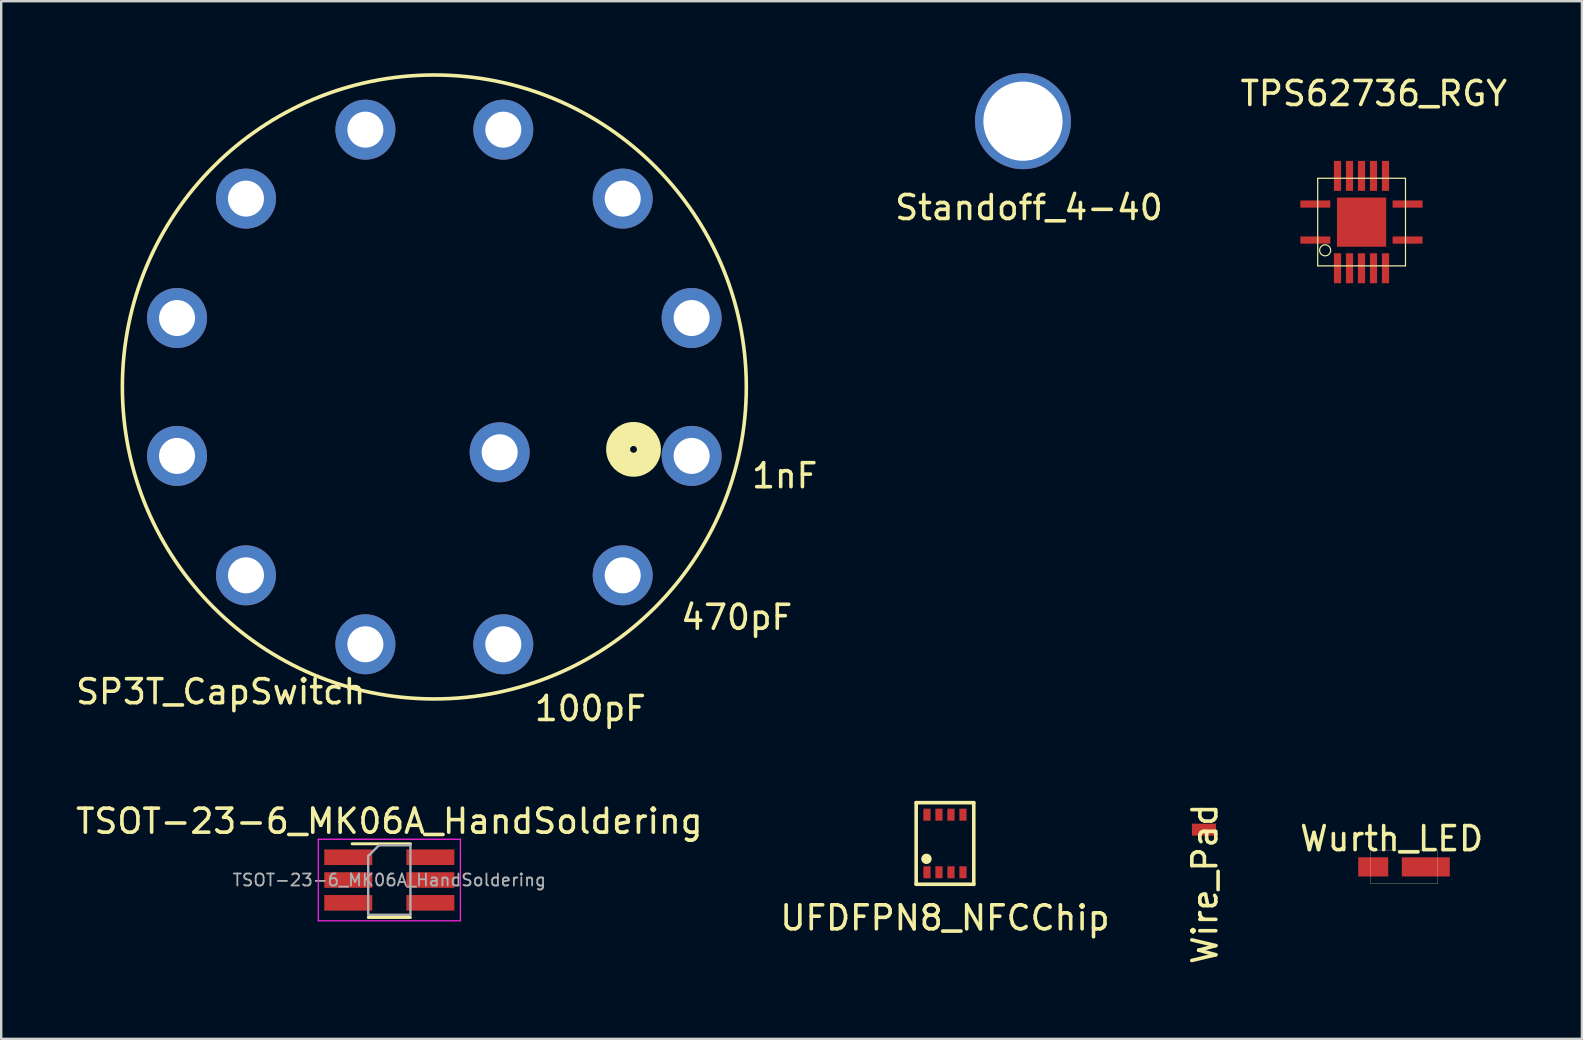
<source format=kicad_pcb>
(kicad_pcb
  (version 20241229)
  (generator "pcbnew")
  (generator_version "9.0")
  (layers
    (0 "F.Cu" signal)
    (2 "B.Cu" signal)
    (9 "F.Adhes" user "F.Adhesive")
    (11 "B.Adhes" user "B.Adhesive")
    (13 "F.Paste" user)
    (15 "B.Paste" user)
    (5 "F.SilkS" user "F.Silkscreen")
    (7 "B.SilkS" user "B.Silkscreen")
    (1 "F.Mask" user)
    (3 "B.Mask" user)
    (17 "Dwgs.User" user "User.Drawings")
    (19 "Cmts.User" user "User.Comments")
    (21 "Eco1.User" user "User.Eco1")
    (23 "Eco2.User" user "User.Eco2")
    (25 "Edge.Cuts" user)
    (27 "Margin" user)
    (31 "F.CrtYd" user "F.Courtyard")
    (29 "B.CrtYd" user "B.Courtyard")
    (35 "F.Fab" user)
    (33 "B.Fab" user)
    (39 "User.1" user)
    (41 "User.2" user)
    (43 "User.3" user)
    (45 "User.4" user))
  (footprint "Wurth_LED"
    (layer "F.Cu")
    (at 55.473 30.573)
    (property "Reference" "Wurth_LED" (at -0.532 1.324 0) (layer "F.SilkS") (effects (font (size 1 1) (thickness 0.15))))
    (attr through_hole)
    (fp_line (start -1.4 1.8) (end 1.38 1.8) (stroke (width 0.01) (type solid)) (layer "F.SilkS"))
    (fp_line (start -1.4 2.1) (end -1.4 1.8) (stroke (width 0.01) (type solid)) (layer "F.SilkS"))
    (fp_line (start -1.4 2.1) (end -1.4 2.92) (stroke (width 0.01) (type solid)) (layer "F.SilkS"))
    (fp_line (start -1.4 2.9) (end -1.4 3.2) (stroke (width 0.01) (type solid)) (layer "F.SilkS"))
    (fp_line (start 1.38 2.1) (end 1.38 1.8) (stroke (width 0.01) (type solid)) (layer "F.SilkS"))
    (fp_line (start 1.38 2.1) (end 1.38 2.9) (stroke (width 0.01) (type solid)) (layer "F.SilkS"))
    (fp_line (start 1.38 2.9) (end 1.38 3.19) (stroke (width 0.01) (type solid)) (layer "F.SilkS"))
    (fp_line (start 1.38 3.2) (end -1.4 3.2) (stroke (width 0.01) (type solid)) (layer "F.SilkS"))
    (fp_line (start 1.38 3.2) (end 1.38 3.19) (stroke (width 0.01) (type solid)) (layer "F.SilkS"))
    (pad "1" smd rect (at 0.89 2.5) (size 2 0.8) (layers "F.Cu" "F.Mask" "F.Paste"))
    (pad "2" smd rect (at -1.3 2.5) (size 1.25 0.8) (layers "F.Cu" "F.Mask" "F.Paste")))
  (footprint "Standoff_4-40"
    (layer "F.Cu")
    (at 39.552 1.925)
    (property "Reference" "Standoff_4-40" (at 0.275 3.675 0) (layer "F.SilkS") (effects (font (size 1 1) (thickness 0.15))))
    (attr through_hole)
    (pad "1" thru_hole circle (at 0.025 0.075) (size 4 4) (drill 3.3) (layers "*.Cu" "*.Mask")))
  (footprint "Wire_Pad"
    (layer "F.Cu")
    (at 47.118 31.522)
    (property "Reference" "Wire_Pad" (at 0.04 2.26 90) (layer "F.SilkS") (effects (font (size 1 1) (thickness 0.15))))
    (attr through_hole)
    (pad "1" smd rect (at 0 0) (size 1 0.5) (layers "F.Cu" "F.Mask" "F.Paste")))
  (footprint "TPS62736_RGY"
    (layer "F.Cu")
    (at 53.688 2.88)
    (property "Reference" "TPS62736_RGY" (at 0.508 -2.032 0) (layer "F.SilkS") (effects (font (size 1 1) (thickness 0.15))))
    (attr through_hole)
    (fp_line (start -1.829 1.499) (end -1.829 5.148) (stroke (width 0.05) (type solid)) (layer "F.SilkS"))
    (fp_line (start 1.825 1.499) (end -1.825 1.499) (stroke (width 0.05) (type solid)) (layer "F.SilkS"))
    (fp_line (start 1.825 5.148) (end -1.825 5.148) (stroke (width 0.05) (type solid)) (layer "F.SilkS"))
    (fp_line (start 1.829 1.499) (end 1.829 5.148) (stroke (width 0.05) (type solid)) (layer "F.SilkS"))
    (fp_circle (center -1.519 4.501) (end -1.387 4.689) (stroke (width 0.05) (type solid)) (fill no) (layer "F.SilkS"))
    (pad "1" smd rect (at -1.928 4.073) (size 1.25 0.3) (layers "F.Cu" "F.Mask" "F.Paste"))
    (pad "2" smd rect (at -1.004 5.248) (size 0.3 1.25) (layers "F.Cu" "F.Mask" "F.Paste"))
    (pad "3" smd rect (at -0.504 5.248) (size 0.3 1.25) (layers "F.Cu" "F.Mask" "F.Paste"))
    (pad "4" smd rect (at -0.004 5.248) (size 0.3 1.25) (layers "F.Cu" "F.Mask" "F.Paste"))
    (pad "5" smd rect (at 0.496 5.248) (size 0.3 1.25) (layers "F.Cu" "F.Mask" "F.Paste"))
    (pad "6" smd rect (at 0.996 5.248) (size 0.3 1.25) (layers "F.Cu" "F.Mask" "F.Paste"))
    (pad "7" smd rect (at 1.916 4.073) (size 1.25 0.3) (layers "F.Cu" "F.Mask" "F.Paste"))
    (pad "8" smd rect (at 1.916 2.573) (size 1.25 0.3) (layers "F.Cu" "F.Mask" "F.Paste"))
    (pad "9" smd rect (at 0.996 1.399) (size 0.3 1.25) (layers "F.Cu" "F.Mask" "F.Paste"))
    (pad "10" smd rect (at 0.496 1.399) (size 0.3 1.25) (layers "F.Cu" "F.Mask" "F.Paste"))
    (pad "11" smd rect (at -0.004 1.399) (size 0.3 1.25) (layers "F.Cu" "F.Mask" "F.Paste"))
    (pad "12" smd rect (at -0.504 1.399) (size 0.3 1.25) (layers "F.Cu" "F.Mask" "F.Paste"))
    (pad "13" smd rect (at -1.004 1.399) (size 0.3 1.25) (layers "F.Cu" "F.Mask" "F.Paste"))
    (pad "14" smd rect (at -1.928 2.573) (size 1.25 0.3) (layers "F.Cu" "F.Mask" "F.Paste"))
    (pad "15" smd rect (at -0.002 3.327) (size 2.05 2.05) (layers "F.Cu" "F.Mask" "F.Paste")))
  (footprint "TSOT-23-6_MK06A_HandSoldering"
    (layer "F.Cu")
    (at 13.173 33.621)
    (property "Reference" "TSOT-23-6_MK06A_HandSoldering" (at 0 -2.45 0) (layer "F.SilkS") (effects (font (size 1 1) (thickness 0.15))))
    (attr smd)
    (fp_line (start -0.88 1.56) (end 0.88 1.56) (stroke (width 0.12) (type solid)) (layer "F.SilkS"))
    (fp_line (start 0.88 -1.51) (end -1.55 -1.51) (stroke (width 0.12) (type solid)) (layer "F.SilkS"))
    (fp_line (start -2.96 -1.7) (end -2.96 1.7) (stroke (width 0.05) (type solid)) (layer "F.CrtYd"))
    (fp_line (start -2.96 -1.7) (end 2.96 -1.7) (stroke (width 0.05) (type solid)) (layer "F.CrtYd"))
    (fp_line (start 2.96 1.7) (end -2.96 1.7) (stroke (width 0.05) (type solid)) (layer "F.CrtYd"))
    (fp_line (start 2.96 1.7) (end 2.96 -1.7) (stroke (width 0.05) (type solid)) (layer "F.CrtYd"))
    (fp_line (start -0.88 -1) (end -0.88 1.45) (stroke (width 0.1) (type solid)) (layer "F.Fab"))
    (fp_line (start -0.88 -1) (end -0.43 -1.45) (stroke (width 0.1) (type solid)) (layer "F.Fab"))
    (fp_line (start 0.88 -1.45) (end -0.43 -1.45) (stroke (width 0.1) (type solid)) (layer "F.Fab"))
    (fp_line (start 0.88 -1.45) (end 0.88 1.45) (stroke (width 0.1) (type solid)) (layer "F.Fab"))
    (fp_line (start 0.88 1.45) (end -0.88 1.45) (stroke (width 0.1) (type solid)) (layer "F.Fab"))
    (fp_text user "${REFERENCE}" (at 0 0 0) (layer "F.Fab") (effects (font (size 0.5 0.5) (thickness 0.075))))
    (pad "1" smd rect (at -1.71 -0.95) (size 2 0.65) (layers "F.Cu" "F.Mask" "F.Paste"))
    (pad "2" smd rect (at -1.71 0) (size 2 0.65) (layers "F.Cu" "F.Mask" "F.Paste"))
    (pad "3" smd rect (at -1.71 0.95) (size 2 0.65) (layers "F.Cu" "F.Mask" "F.Paste"))
    (pad "4" smd rect (at 1.71 0.95) (size 2 0.65) (layers "F.Cu" "F.Mask" "F.Paste"))
    (pad "5" smd rect (at 1.71 0) (size 2 0.65) (layers "F.Cu" "F.Mask" "F.Paste"))
    (pad "6" smd rect (at 1.71 -0.95) (size 2 0.65) (layers "F.Cu" "F.Mask" "F.Paste")))
  (footprint "SP3T_CapSwitch"
    (layer "F.Cu")
    (at 15.049 13.075)
    (property "Reference" "SP3T_CapSwitch" (at -8.9 12.7 0) (layer "F.SilkS") (effects (font (size 1 1) (thickness 0.15))))
    (attr through_hole)
    (fp_circle (center 0 0) (end 0 13) (stroke (width 0.15) (type solid)) (fill no) (layer "F.SilkS"))
    (fp_circle (center 8.3 2.6) (end 8.4 2.5) (stroke (width 1) (type solid)) (fill no) (layer "F.SilkS"))
    (fp_text user "470pF" (at 12.6 9.6 0) (layer "F.SilkS") (effects (font (size 1 1) (thickness 0.15))))
    (fp_text user "1nF" (at 14.6 3.7 0) (layer "F.SilkS") (effects (font (size 1 1) (thickness 0.15))))
    (fp_text user "100pF" (at 6.5 13.4 0) (layer "F.SilkS") (effects (font (size 1 1) (thickness 0.15))))
    (pad "1" thru_hole circle (at 2.722 2.722) (size 2.5 2.5) (drill 1.5) (layers "*.Cu" "*.Mask"))
    (pad "2" thru_hole circle (at 10.722 2.873) (size 2.5 2.5) (drill 1.5) (layers "*.Cu" "*.Mask"))
    (pad "3" thru_hole circle (at 7.849 7.849) (size 2.5 2.5) (drill 1.5) (layers "*.Cu" "*.Mask"))
    (pad "4" thru_hole circle (at 2.873 10.722) (size 2.5 2.5) (drill 1.5) (layers "*.Cu" "*.Mask"))
    (pad "5" thru_hole circle (at -7.849 7.849) (size 2.5 2.5) (drill 1.5) (layers "*.Cu" "*.Mask"))
    (pad "6" thru_hole circle (at -10.722 2.873) (size 2.5 2.5) (drill 1.5) (layers "*.Cu" "*.Mask"))
    (pad "7" thru_hole circle (at -10.722 -2.873) (size 2.5 2.5) (drill 1.5) (layers "*.Cu" "*.Mask"))
    (pad "8" thru_hole circle (at -7.849 -7.849) (size 2.5 2.5) (drill 1.5) (layers "*.Cu" "*.Mask"))
    (pad "9" thru_hole circle (at -2.873 -10.722) (size 2.5 2.5) (drill 1.5) (layers "*.Cu" "*.Mask"))
    (pad "10" thru_hole circle (at 2.873 -10.722) (size 2.5 2.5) (drill 1.5) (layers "*.Cu" "*.Mask"))
    (pad "11" thru_hole circle (at 7.849 -7.849) (size 2.5 2.5) (drill 1.5) (layers "*.Cu" "*.Mask"))
    (pad "12" thru_hole circle (at 10.722 -2.873) (size 2.5 2.5) (drill 1.5) (layers "*.Cu" "*.Mask"))
    (pad "13" thru_hole circle (at -2.873 10.722) (size 2.5 2.5) (drill 1.5) (layers "*.Cu" "*.Mask")))
  (footprint "UFDFPN8_NFCChip"
    (layer "F.Cu")
    (at 36.327 32.098)
    (property "Reference" "UFDFPN8_NFCChip" (at 0 3.1 0) (layer "F.SilkS") (effects (font (size 1 1) (thickness 0.15))))
    (attr through_hole)
    (fp_line (start -1.2 -1.7) (end 1.2 -1.7) (stroke (width 0.15) (type solid)) (layer "F.SilkS"))
    (fp_line (start -1.2 1.7) (end -1.2 -1.7) (stroke (width 0.15) (type solid)) (layer "F.SilkS"))
    (fp_line (start 1.2 -1.7) (end 1.2 1.7) (stroke (width 0.15) (type solid)) (layer "F.SilkS"))
    (fp_line (start 1.2 1.7) (end -1.2 1.7) (stroke (width 0.15) (type solid)) (layer "F.SilkS"))
    (fp_circle (center -0.8 0.65) (end -0.7 0.65) (stroke (width 0.15) (type solid)) (fill no) (layer "F.SilkS"))
    (fp_circle (center -0.77 0.64) (end -0.67 0.54) (stroke (width 0.15) (type solid)) (fill no) (layer "F.SilkS"))
    (fp_circle (center -0.75 0.65) (end -0.65 0.65) (stroke (width 0.15) (type solid)) (fill no) (layer "F.SilkS"))
    (pad "1" smd rect (at -0.75 1.2) (size 0.3 0.5) (layers "F.Cu" "F.Mask" "F.Paste"))
    (pad "2" smd rect (at -0.25 1.2) (size 0.3 0.5) (layers "F.Cu" "F.Mask" "F.Paste"))
    (pad "3" smd rect (at 0.25 1.2) (size 0.3 0.5) (layers "F.Cu" "F.Mask" "F.Paste"))
    (pad "4" smd rect (at 0.75 1.2) (size 0.3 0.5) (layers "F.Cu" "F.Mask" "F.Paste"))
    (pad "5" smd rect (at 0.75 -1.2) (size 0.3 0.5) (layers "F.Cu" "F.Mask" "F.Paste"))
    (pad "6" smd rect (at 0.25 -1.2) (size 0.3 0.5) (layers "F.Cu" "F.Mask" "F.Paste"))
    (pad "7" smd rect (at -0.25 -1.2) (size 0.3 0.5) (layers "F.Cu" "F.Mask" "F.Paste"))
    (pad "8" smd rect (at -0.75 -1.2) (size 0.3 0.5) (layers "F.Cu" "F.Mask" "F.Paste")))
  (gr_rect
    (start -3 -3)
    (end 62.869 40.24)
    (stroke (width 0.1) (type default))
    (fill no)
    (layer "Edge.Cuts")))
</source>
